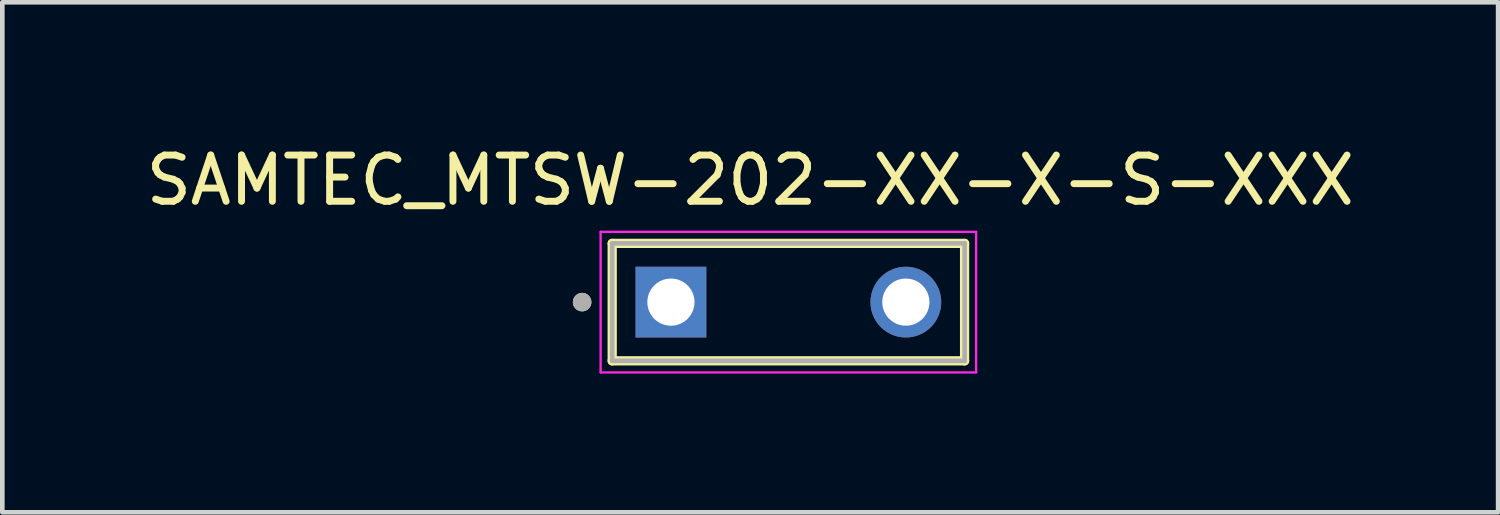
<source format=kicad_pcb>
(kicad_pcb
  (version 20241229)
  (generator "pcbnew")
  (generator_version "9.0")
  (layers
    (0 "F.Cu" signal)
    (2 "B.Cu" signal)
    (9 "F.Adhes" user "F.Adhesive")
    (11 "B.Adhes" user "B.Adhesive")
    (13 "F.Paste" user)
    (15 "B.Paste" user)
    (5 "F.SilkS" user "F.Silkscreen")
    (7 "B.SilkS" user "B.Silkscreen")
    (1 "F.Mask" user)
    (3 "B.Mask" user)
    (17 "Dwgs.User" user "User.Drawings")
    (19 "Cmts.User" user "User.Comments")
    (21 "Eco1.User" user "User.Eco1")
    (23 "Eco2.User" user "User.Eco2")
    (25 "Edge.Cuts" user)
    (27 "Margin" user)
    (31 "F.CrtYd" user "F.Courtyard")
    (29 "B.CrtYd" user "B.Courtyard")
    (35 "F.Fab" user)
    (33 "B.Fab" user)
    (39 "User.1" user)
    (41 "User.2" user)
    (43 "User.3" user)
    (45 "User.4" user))
  (footprint "SAMTEC_MTSW-202-XX-X-S-XXX"
    (layer "F.Cu")
    (at 13.998 3.483)
    (property "Reference" "SAMTEC_MTSW-202-XX-X-S-XXX" (at -0.825 -2.635 0) (layer "F.SilkS") (effects (font (size 1 1) (thickness 0.15))))
    (attr through_hole)
    (fp_line (start -3.81 1.27) (end -3.81 -1.27) (stroke (width 0.2) (type solid)) (layer "F.SilkS"))
    (fp_line (start 3.81 -1.27) (end -3.81 -1.27) (stroke (width 0.2) (type solid)) (layer "F.SilkS"))
    (fp_line (start 3.81 -1.27) (end 3.81 1.27) (stroke (width 0.2) (type solid)) (layer "F.SilkS"))
    (fp_line (start 3.81 1.27) (end -3.81 1.27) (stroke (width 0.2) (type solid)) (layer "F.SilkS"))
    (fp_circle (center -4.46 0) (end -4.36 0) (stroke (width 0.2) (type solid)) (fill no) (layer "F.SilkS"))
    (fp_line (start -4.06 -1.52) (end 4.06 -1.52) (stroke (width 0.05) (type solid)) (layer "F.CrtYd"))
    (fp_line (start -4.06 1.52) (end -4.06 -1.52) (stroke (width 0.05) (type solid)) (layer "F.CrtYd"))
    (fp_line (start 4.06 -1.52) (end 4.06 1.52) (stroke (width 0.05) (type solid)) (layer "F.CrtYd"))
    (fp_line (start 4.06 1.52) (end -4.06 1.52) (stroke (width 0.05) (type solid)) (layer "F.CrtYd"))
    (fp_line (start -3.81 -1.27) (end 3.81 -1.27) (stroke (width 0.1) (type solid)) (layer "F.Fab"))
    (fp_line (start -3.81 1.27) (end -3.81 -1.27) (stroke (width 0.1) (type solid)) (layer "F.Fab"))
    (fp_line (start 3.81 -1.27) (end 3.81 1.27) (stroke (width 0.1) (type solid)) (layer "F.Fab"))
    (fp_line (start 3.81 1.27) (end -3.81 1.27) (stroke (width 0.1) (type solid)) (layer "F.Fab"))
    (fp_circle (center -4.46 0) (end -4.36 0) (stroke (width 0.2) (type solid)) (fill no) (layer "F.Fab"))
    (pad "01" thru_hole rect (at -2.54 0) (size 1.53 1.53) (drill 1.02) (layers "*.Cu" "*.Mask"))
    (pad "02" thru_hole circle (at 2.54 0) (size 1.53 1.53) (drill 1.02) (layers "*.Cu" "*.Mask")))
  (gr_rect
    (start -3 -3)
    (end 29.345 8.028)
    (stroke (width 0.1) (type default))
    (fill no)
    (layer "Edge.Cuts")))
</source>
